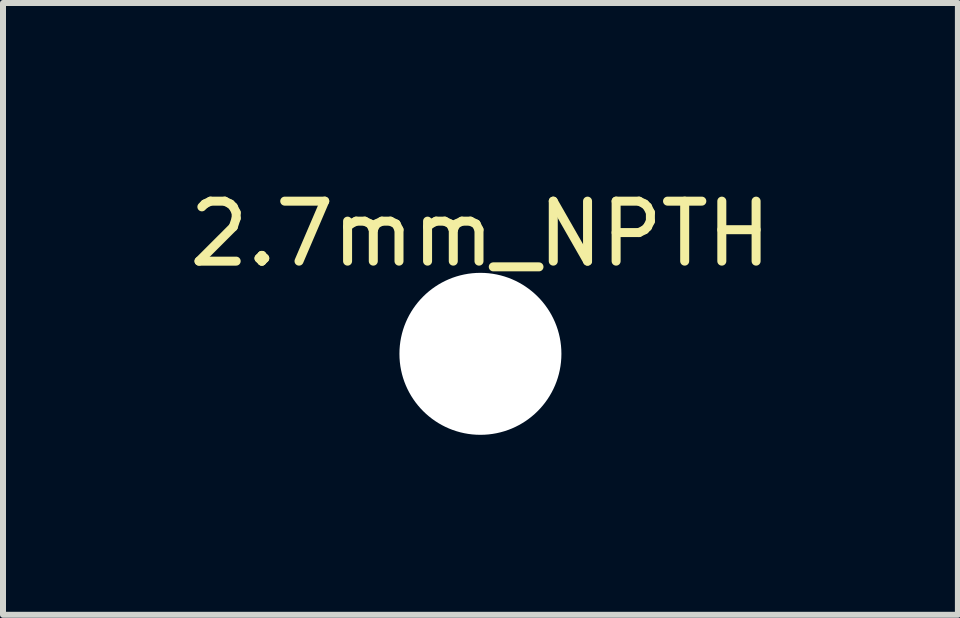
<source format=kicad_pcb>
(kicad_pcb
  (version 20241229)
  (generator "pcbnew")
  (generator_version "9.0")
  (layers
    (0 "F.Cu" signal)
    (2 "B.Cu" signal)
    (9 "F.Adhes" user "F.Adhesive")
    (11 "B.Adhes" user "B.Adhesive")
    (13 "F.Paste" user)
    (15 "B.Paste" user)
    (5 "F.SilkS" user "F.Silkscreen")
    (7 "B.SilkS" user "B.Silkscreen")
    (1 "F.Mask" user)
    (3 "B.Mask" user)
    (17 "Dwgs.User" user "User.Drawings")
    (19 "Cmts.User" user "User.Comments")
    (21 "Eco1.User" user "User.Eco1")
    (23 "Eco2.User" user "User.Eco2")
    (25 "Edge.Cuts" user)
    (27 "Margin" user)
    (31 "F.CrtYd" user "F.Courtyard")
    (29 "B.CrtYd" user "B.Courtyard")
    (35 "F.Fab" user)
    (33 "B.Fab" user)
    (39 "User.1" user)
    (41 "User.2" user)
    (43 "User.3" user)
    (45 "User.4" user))
  (footprint "2.7mm_NPTH"
    (layer "F.Cu")
    (at 4.958 2.848)
    (property "Reference" "2.7mm_NPTH" (at 0 -2 0) (layer "F.SilkS") (effects (font (size 1 1) (thickness 0.15))))
    (attr through_hole)
    (pad "" np_thru_hole circle (at 0 0) (size 2.7 2.7) (drill 2.7) (layers "*.Cu" "*.Mask")))
  (gr_rect
    (start -3 -3)
    (end 12.917 7.198)
    (stroke (width 0.1) (type default))
    (fill no)
    (layer "Edge.Cuts")))
</source>
